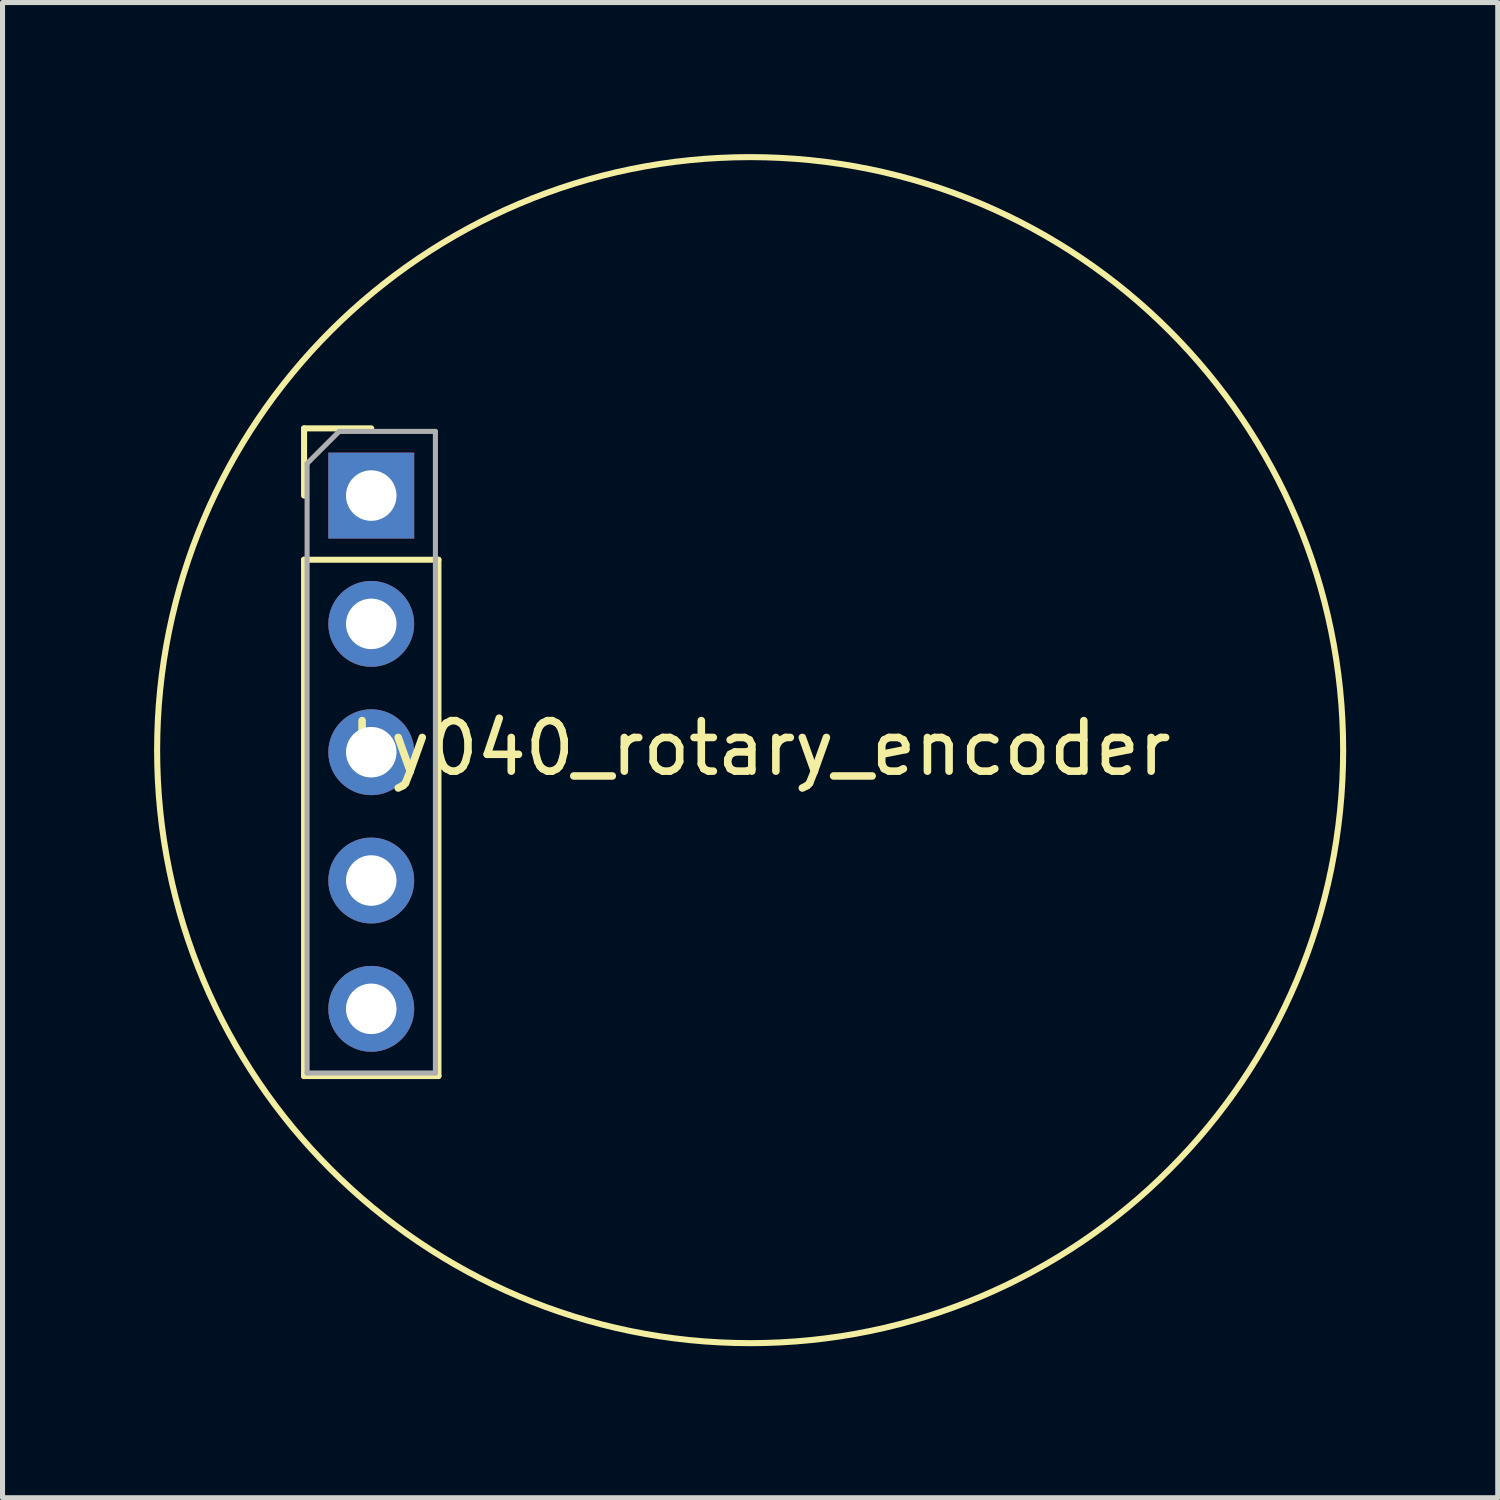
<source format=kicad_pcb>
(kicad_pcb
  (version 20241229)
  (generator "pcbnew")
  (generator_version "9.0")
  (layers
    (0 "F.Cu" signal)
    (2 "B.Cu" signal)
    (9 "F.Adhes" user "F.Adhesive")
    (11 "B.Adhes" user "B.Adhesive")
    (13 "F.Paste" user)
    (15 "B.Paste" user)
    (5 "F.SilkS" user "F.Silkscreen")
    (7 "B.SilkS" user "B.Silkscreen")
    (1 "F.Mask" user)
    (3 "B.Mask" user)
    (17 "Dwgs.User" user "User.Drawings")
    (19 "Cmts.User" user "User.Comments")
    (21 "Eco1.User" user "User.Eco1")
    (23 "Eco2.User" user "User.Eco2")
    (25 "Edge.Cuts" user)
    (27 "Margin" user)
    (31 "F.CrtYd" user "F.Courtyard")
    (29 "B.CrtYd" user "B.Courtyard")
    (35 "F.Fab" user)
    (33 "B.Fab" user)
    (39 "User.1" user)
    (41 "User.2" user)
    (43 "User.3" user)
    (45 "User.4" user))
  (footprint "ky040_rotary_encoder"
    (layer "F.Cu")
    (at 4.299 6.76)
    (property "Reference" "ky040_rotary_encoder" (at 7.7 5 0) (layer "F.SilkS") (effects (font (size 1 1) (thickness 0.15))))
    (attr through_hole)
    (fp_line (start -1.33 -1.33) (end 0 -1.33) (stroke (width 0.12) (type solid)) (layer "F.SilkS"))
    (fp_line (start -1.33 0) (end -1.33 -1.33) (stroke (width 0.12) (type solid)) (layer "F.SilkS"))
    (fp_line (start -1.33 1.27) (end -1.33 11.49) (stroke (width 0.12) (type solid)) (layer "F.SilkS"))
    (fp_line (start -1.33 1.27) (end 1.33 1.27) (stroke (width 0.12) (type solid)) (layer "F.SilkS"))
    (fp_line (start -1.33 11.49) (end 1.33 11.49) (stroke (width 0.12) (type solid)) (layer "F.SilkS"))
    (fp_line (start 1.33 1.27) (end 1.33 11.49) (stroke (width 0.12) (type solid)) (layer "F.SilkS"))
    (fp_circle (center 7.5 5.039) (end 15.9 13.239) (stroke (width 0.12) (type solid)) (fill no) (layer "F.SilkS"))
    (fp_line (start -1.27 -0.635) (end -0.635 -1.27) (stroke (width 0.1) (type solid)) (layer "F.Fab"))
    (fp_line (start -1.27 11.43) (end -1.27 -0.635) (stroke (width 0.1) (type solid)) (layer "F.Fab"))
    (fp_line (start -0.635 -1.27) (end 1.27 -1.27) (stroke (width 0.1) (type solid)) (layer "F.Fab"))
    (fp_line (start 1.27 -1.27) (end 1.27 11.43) (stroke (width 0.1) (type solid)) (layer "F.Fab"))
    (fp_line (start 1.27 11.43) (end -1.27 11.43) (stroke (width 0.1) (type solid)) (layer "F.Fab"))
    (pad "GND" thru_hole rect (at 0 0) (size 1.7 1.7) (drill 1) (layers "*.Cu" "*.Mask"))
    (pad "KEY" thru_hole oval (at 0 7.62) (size 1.7 1.7) (drill 1) (layers "*.Cu" "*.Mask"))
    (pad "S1" thru_hole oval (at 0 2.54) (size 1.7 1.7) (drill 1) (layers "*.Cu" "*.Mask"))
    (pad "S2" thru_hole oval (at 0 5.08) (size 1.7 1.7) (drill 1) (layers "*.Cu" "*.Mask"))
    (pad "VCC" thru_hole oval (at 0 10.16) (size 1.7 1.7) (drill 1) (layers "*.Cu" "*.Mask")))
  (gr_rect
    (start -3 -3)
    (end 26.598 26.598)
    (stroke (width 0.1) (type default))
    (fill no)
    (layer "Edge.Cuts")))
</source>
